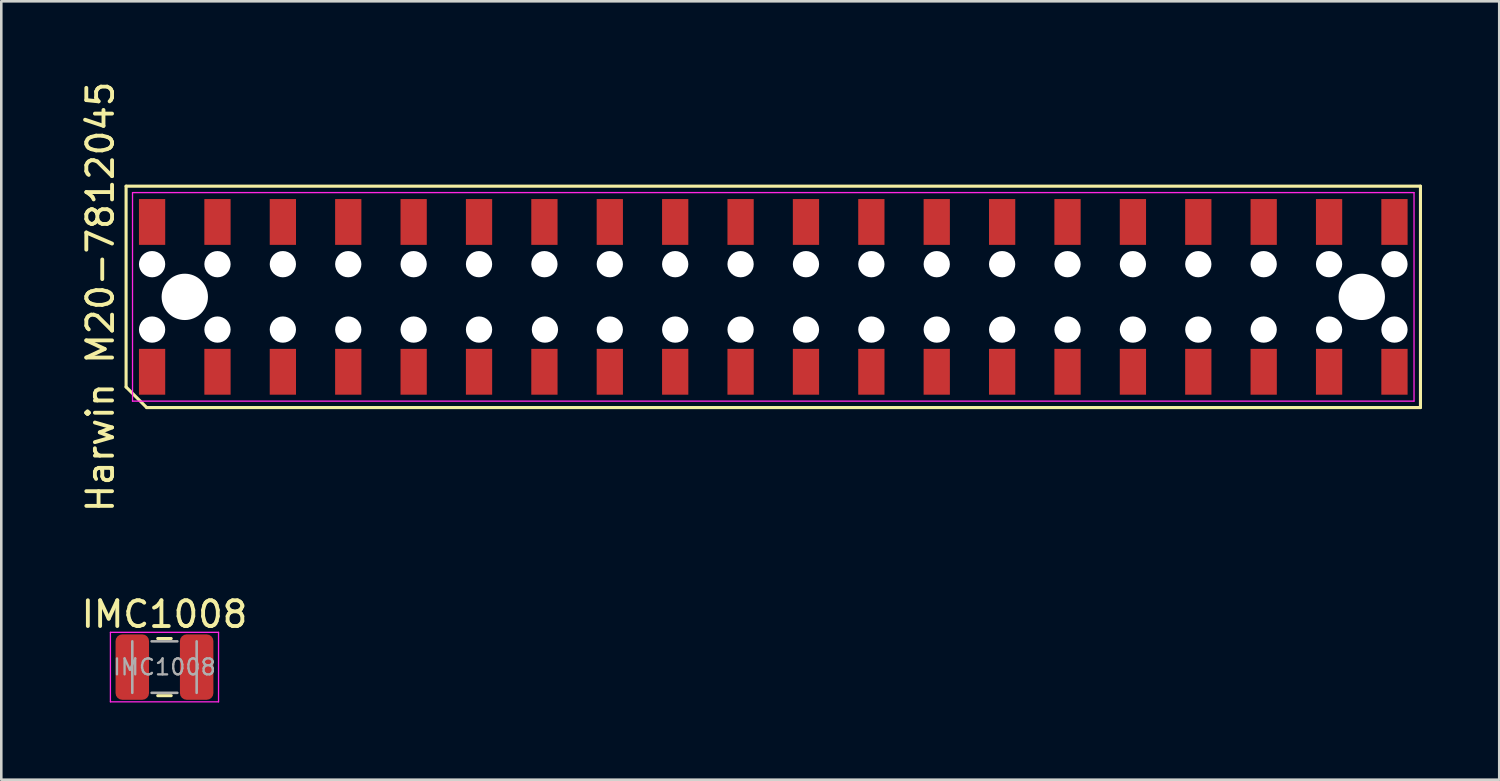
<source format=kicad_pcb>
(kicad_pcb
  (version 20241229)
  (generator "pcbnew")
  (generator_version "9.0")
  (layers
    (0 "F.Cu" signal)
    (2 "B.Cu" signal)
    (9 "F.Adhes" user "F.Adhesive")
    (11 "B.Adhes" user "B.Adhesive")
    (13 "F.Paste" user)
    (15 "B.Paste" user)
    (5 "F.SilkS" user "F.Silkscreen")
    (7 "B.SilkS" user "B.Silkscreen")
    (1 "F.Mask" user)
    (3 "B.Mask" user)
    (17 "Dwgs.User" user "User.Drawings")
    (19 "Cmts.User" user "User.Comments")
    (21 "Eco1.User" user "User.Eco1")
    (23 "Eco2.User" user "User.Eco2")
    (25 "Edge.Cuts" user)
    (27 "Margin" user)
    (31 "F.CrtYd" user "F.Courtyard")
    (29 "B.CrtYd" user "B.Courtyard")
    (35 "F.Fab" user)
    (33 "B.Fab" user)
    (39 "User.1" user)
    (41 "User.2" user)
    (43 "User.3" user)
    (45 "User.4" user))
  (footprint "Harwin M20-7812045"
    (layer "F.Cu")
    (at 26.988 8.482)
    (property "Reference" "Harwin M20-7812045" (at -26.14 0 90) (layer "F.SilkS") (effects (font (size 1 1) (thickness 0.15))))
    (attr smd)
    (fp_line (start -25.14 -4.3) (end 25.14 -4.3) (stroke (width 0.12) (type default)) (layer "F.SilkS"))
    (fp_line (start -25.14 3.5) (end -25.14 -4.3) (stroke (width 0.12) (type default)) (layer "F.SilkS"))
    (fp_line (start -24.34 4.3) (end -25.14 3.5) (stroke (width 0.12) (type default)) (layer "F.SilkS"))
    (fp_line (start 25.14 -4.3) (end 25.14 4.3) (stroke (width 0.12) (type default)) (layer "F.SilkS"))
    (fp_line (start 25.14 4.3) (end -24.34 4.3) (stroke (width 0.12) (type default)) (layer "F.SilkS"))
    (fp_line (start -24.89 -4.05) (end 24.89 -4.05) (stroke (width 0.05) (type default)) (layer "F.CrtYd"))
    (fp_line (start -24.89 4.05) (end -24.89 -4.05) (stroke (width 0.05) (type default)) (layer "F.CrtYd"))
    (fp_line (start 24.89 -4.05) (end 24.89 4.05) (stroke (width 0.05) (type default)) (layer "F.CrtYd"))
    (fp_line (start 24.89 4.05) (end -24.89 4.05) (stroke (width 0.05) (type default)) (layer "F.CrtYd"))
    (pad "" np_thru_hole circle (at -24.13 -1.27) (size 1.02 1.02) (drill 1.02) (layers "*.Cu"))
    (pad "" np_thru_hole circle (at -24.13 1.27) (size 1.02 1.02) (drill 1.02) (layers "*.Cu"))
    (pad "" np_thru_hole circle (at -22.86 0) (size 1.8 1.8) (drill 1.8) (layers "*.Cu"))
    (pad "" np_thru_hole circle (at -21.59 -1.27) (size 1.02 1.02) (drill 1.02) (layers "*.Cu"))
    (pad "" np_thru_hole circle (at -21.59 1.27) (size 1.02 1.02) (drill 1.02) (layers "*.Cu"))
    (pad "" np_thru_hole circle (at -19.05 -1.27) (size 1.02 1.02) (drill 1.02) (layers "*.Cu"))
    (pad "" np_thru_hole circle (at -19.05 1.27) (size 1.02 1.02) (drill 1.02) (layers "*.Cu"))
    (pad "" np_thru_hole circle (at -16.51 -1.27) (size 1.02 1.02) (drill 1.02) (layers "*.Cu"))
    (pad "" np_thru_hole circle (at -16.51 1.27) (size 1.02 1.02) (drill 1.02) (layers "*.Cu"))
    (pad "" np_thru_hole circle (at -13.97 -1.27) (size 1.02 1.02) (drill 1.02) (layers "*.Cu"))
    (pad "" np_thru_hole circle (at -13.97 1.27) (size 1.02 1.02) (drill 1.02) (layers "*.Cu"))
    (pad "" np_thru_hole circle (at -11.43 -1.27) (size 1.02 1.02) (drill 1.02) (layers "*.Cu"))
    (pad "" np_thru_hole circle (at -11.43 1.27) (size 1.02 1.02) (drill 1.02) (layers "*.Cu"))
    (pad "" np_thru_hole circle (at -8.89 -1.27) (size 1.02 1.02) (drill 1.02) (layers "*.Cu"))
    (pad "" np_thru_hole circle (at -8.87 1.27) (size 1.02 1.02) (drill 1.02) (layers "*.Cu"))
    (pad "" np_thru_hole circle (at -6.35 -1.27) (size 1.02 1.02) (drill 1.02) (layers "*.Cu"))
    (pad "" np_thru_hole circle (at -6.35 1.27) (size 1.02 1.02) (drill 1.02) (layers "*.Cu"))
    (pad "" np_thru_hole circle (at -3.81 -1.27) (size 1.02 1.02) (drill 1.02) (layers "*.Cu"))
    (pad "" np_thru_hole circle (at -3.81 1.27) (size 1.02 1.02) (drill 1.02) (layers "*.Cu"))
    (pad "" np_thru_hole circle (at -1.27 -1.27) (size 1.02 1.02) (drill 1.02) (layers "*.Cu"))
    (pad "" np_thru_hole circle (at -1.27 1.27) (size 1.02 1.02) (drill 1.02) (layers "*.Cu"))
    (pad "" np_thru_hole circle (at 1.27 -1.27) (size 1.02 1.02) (drill 1.02) (layers "*.Cu"))
    (pad "" np_thru_hole circle (at 1.27 1.27) (size 1.02 1.02) (drill 1.02) (layers "*.Cu"))
    (pad "" np_thru_hole circle (at 3.81 -1.27) (size 1.02 1.02) (drill 1.02) (layers "*.Cu"))
    (pad "" np_thru_hole circle (at 3.81 1.27) (size 1.02 1.02) (drill 1.02) (layers "*.Cu"))
    (pad "" np_thru_hole circle (at 6.35 -1.27) (size 1.02 1.02) (drill 1.02) (layers "*.Cu"))
    (pad "" np_thru_hole circle (at 6.35 1.27) (size 1.02 1.02) (drill 1.02) (layers "*.Cu"))
    (pad "" np_thru_hole circle (at 8.89 -1.27) (size 1.02 1.02) (drill 1.02) (layers "*.Cu"))
    (pad "" np_thru_hole circle (at 8.89 1.27) (size 1.02 1.02) (drill 1.02) (layers "*.Cu"))
    (pad "" np_thru_hole circle (at 11.43 -1.27) (size 1.02 1.02) (drill 1.02) (layers "*.Cu"))
    (pad "" np_thru_hole circle (at 11.43 1.27) (size 1.02 1.02) (drill 1.02) (layers "*.Cu"))
    (pad "" np_thru_hole circle (at 13.97 -1.27) (size 1.02 1.02) (drill 1.02) (layers "*.Cu"))
    (pad "" np_thru_hole circle (at 13.97 1.27) (size 1.02 1.02) (drill 1.02) (layers "*.Cu"))
    (pad "" np_thru_hole circle (at 16.51 -1.27) (size 1.02 1.02) (drill 1.02) (layers "*.Cu"))
    (pad "" np_thru_hole circle (at 16.51 1.27) (size 1.02 1.02) (drill 1.02) (layers "*.Cu"))
    (pad "" np_thru_hole circle (at 19.05 -1.27) (size 1.02 1.02) (drill 1.02) (layers "*.Cu"))
    (pad "" np_thru_hole circle (at 19.05 1.27) (size 1.02 1.02) (drill 1.02) (layers "*.Cu"))
    (pad "" np_thru_hole circle (at 21.59 -1.27) (size 1.02 1.02) (drill 1.02) (layers "*.Cu"))
    (pad "" np_thru_hole circle (at 21.59 1.27) (size 1.02 1.02) (drill 1.02) (layers "*.Cu"))
    (pad "" np_thru_hole circle (at 22.86 0) (size 1.8 1.8) (drill 1.8) (layers "*.Cu"))
    (pad "" np_thru_hole circle (at 24.13 -1.27) (size 1.02 1.02) (drill 1.02) (layers "*.Cu"))
    (pad "" np_thru_hole circle (at 24.13 1.27) (size 1.02 1.02) (drill 1.02) (layers "*.Cu"))
    (pad "1" smd rect (at -24.13 2.91) (size 1.02 1.78) (layers "F.Cu" "F.Mask" "F.Paste"))
    (pad "2" smd rect (at -24.13 -2.91) (size 1.02 1.78) (layers "F.Cu" "F.Mask" "F.Paste"))
    (pad "3" smd rect (at -21.59 2.91) (size 1.02 1.78) (layers "F.Cu" "F.Mask" "F.Paste"))
    (pad "4" smd rect (at -21.59 -2.91) (size 1.02 1.78) (layers "F.Cu" "F.Mask" "F.Paste"))
    (pad "5" smd rect (at -19.05 2.91) (size 1.02 1.78) (layers "F.Cu" "F.Mask" "F.Paste"))
    (pad "6" smd rect (at -19.05 -2.91) (size 1.02 1.78) (layers "F.Cu" "F.Mask" "F.Paste"))
    (pad "7" smd rect (at -16.51 2.91) (size 1.02 1.78) (layers "F.Cu" "F.Mask" "F.Paste"))
    (pad "8" smd rect (at -16.51 -2.91) (size 1.02 1.78) (layers "F.Cu" "F.Mask" "F.Paste"))
    (pad "9" smd rect (at -13.97 2.91) (size 1.02 1.78) (layers "F.Cu" "F.Mask" "F.Paste"))
    (pad "10" smd rect (at -13.97 -2.91) (size 1.02 1.78) (layers "F.Cu" "F.Mask" "F.Paste"))
    (pad "11" smd rect (at -11.43 2.91) (size 1.02 1.78) (layers "F.Cu" "F.Mask" "F.Paste"))
    (pad "12" smd rect (at -11.43 -2.91) (size 1.02 1.78) (layers "F.Cu" "F.Mask" "F.Paste"))
    (pad "13" smd rect (at -8.89 2.91) (size 1.02 1.78) (layers "F.Cu" "F.Mask" "F.Paste"))
    (pad "14" smd rect (at -8.89 -2.91) (size 1.02 1.78) (layers "F.Cu" "F.Mask" "F.Paste"))
    (pad "15" smd rect (at -6.35 2.91) (size 1.02 1.78) (layers "F.Cu" "F.Mask" "F.Paste"))
    (pad "16" smd rect (at -6.35 -2.91) (size 1.02 1.78) (layers "F.Cu" "F.Mask" "F.Paste"))
    (pad "17" smd rect (at -3.81 2.91) (size 1.02 1.78) (layers "F.Cu" "F.Mask" "F.Paste"))
    (pad "18" smd rect (at -3.81 -2.91) (size 1.02 1.78) (layers "F.Cu" "F.Mask" "F.Paste"))
    (pad "19" smd rect (at -1.27 2.91) (size 1.02 1.78) (layers "F.Cu" "F.Mask" "F.Paste"))
    (pad "20" smd rect (at -1.27 -2.91) (size 1.02 1.78) (layers "F.Cu" "F.Mask" "F.Paste"))
    (pad "21" smd rect (at 1.27 2.91) (size 1.02 1.78) (layers "F.Cu" "F.Mask" "F.Paste"))
    (pad "22" smd rect (at 1.27 -2.91) (size 1.02 1.78) (layers "F.Cu" "F.Mask" "F.Paste"))
    (pad "23" smd rect (at 3.81 2.91) (size 1.02 1.78) (layers "F.Cu" "F.Mask" "F.Paste"))
    (pad "24" smd rect (at 3.81 -2.91) (size 1.02 1.78) (layers "F.Cu" "F.Mask" "F.Paste"))
    (pad "25" smd rect (at 6.35 2.91) (size 1.02 1.78) (layers "F.Cu" "F.Mask" "F.Paste"))
    (pad "26" smd rect (at 6.35 -2.91) (size 1.02 1.78) (layers "F.Cu" "F.Mask" "F.Paste"))
    (pad "27" smd rect (at 8.89 2.91) (size 1.02 1.78) (layers "F.Cu" "F.Mask" "F.Paste"))
    (pad "28" smd rect (at 8.89 -2.91) (size 1.02 1.78) (layers "F.Cu" "F.Mask" "F.Paste"))
    (pad "29" smd rect (at 11.43 2.91) (size 1.02 1.78) (layers "F.Cu" "F.Mask" "F.Paste"))
    (pad "30" smd rect (at 11.43 -2.91) (size 1.02 1.78) (layers "F.Cu" "F.Mask" "F.Paste"))
    (pad "31" smd rect (at 13.97 2.91) (size 1.02 1.78) (layers "F.Cu" "F.Mask" "F.Paste"))
    (pad "32" smd rect (at 13.97 -2.91) (size 1.02 1.78) (layers "F.Cu" "F.Mask" "F.Paste"))
    (pad "33" smd rect (at 16.51 2.91) (size 1.02 1.78) (layers "F.Cu" "F.Mask" "F.Paste"))
    (pad "34" smd rect (at 16.51 -2.91) (size 1.02 1.78) (layers "F.Cu" "F.Mask" "F.Paste"))
    (pad "35" smd rect (at 19.05 2.91) (size 1.02 1.78) (layers "F.Cu" "F.Mask" "F.Paste"))
    (pad "36" smd rect (at 19.05 -2.91) (size 1.02 1.78) (layers "F.Cu" "F.Mask" "F.Paste"))
    (pad "37" smd rect (at 21.59 2.91) (size 1.02 1.78) (layers "F.Cu" "F.Mask" "F.Paste"))
    (pad "38" smd rect (at 21.59 -2.91) (size 1.02 1.78) (layers "F.Cu" "F.Mask" "F.Paste"))
    (pad "39" smd rect (at 24.13 2.91) (size 1.02 1.78) (layers "F.Cu" "F.Mask" "F.Paste"))
    (pad "40" smd rect (at 24.13 -2.91) (size 1.02 1.78) (layers "F.Cu" "F.Mask" "F.Paste")))
  (footprint "IMC1008"
    (layer "F.Cu")
    (at 3.339 22.863)
    (property "Reference" "IMC1008" (at 0 -2.05 0) (layer "F.SilkS") (effects (font (size 1 1) (thickness 0.15))))
    (attr smd)
    (fp_line (start -0.261 -1.11) (end 0.261 -1.11) (stroke (width 0.12) (type solid)) (layer "F.SilkS"))
    (fp_line (start -0.261 1.11) (end 0.261 1.11) (stroke (width 0.12) (type solid)) (layer "F.SilkS"))
    (fp_line (start -2.1 -1.35) (end 2.1 -1.35) (stroke (width 0.05) (type solid)) (layer "F.CrtYd"))
    (fp_line (start -2.1 1.35) (end -2.1 -1.35) (stroke (width 0.05) (type solid)) (layer "F.CrtYd"))
    (fp_line (start 2.1 -1.35) (end 2.1 1.35) (stroke (width 0.05) (type solid)) (layer "F.CrtYd"))
    (fp_line (start 2.1 1.35) (end -2.1 1.35) (stroke (width 0.05) (type solid)) (layer "F.CrtYd"))
    (fp_line (start -1.25 1) (end -1.25 -1) (stroke (width 0.1) (type solid)) (layer "F.Fab"))
    (fp_line (start -0.5 -1) (end 0.5 -1) (stroke (width 0.1) (type solid)) (layer "F.Fab"))
    (fp_line (start 0.5 1) (end -0.5 1) (stroke (width 0.1) (type solid)) (layer "F.Fab"))
    (fp_line (start 1.25 -1) (end 1.25 1) (stroke (width 0.1) (type solid)) (layer "F.Fab"))
    (fp_text user "${REFERENCE}" (at 0 0 0) (layer "F.Fab") (effects (font (size 0.62 0.62) (thickness 0.09))))
    (pad "1" smd roundrect (at -1.25 0 180) (size 1.3 2.54) (layers "F.Cu" "F.Mask" "F.Paste") (roundrect_rratio 0.2))
    (pad "2" smd roundrect (at 1.25 0) (size 1.3 2.54) (layers "F.Cu" "F.Mask" "F.Paste") (roundrect_rratio 0.2)))
  (gr_rect
    (start -3 -3)
    (end 55.188 27.238)
    (stroke (width 0.1) (type default))
    (fill no)
    (layer "Edge.Cuts")))
</source>
